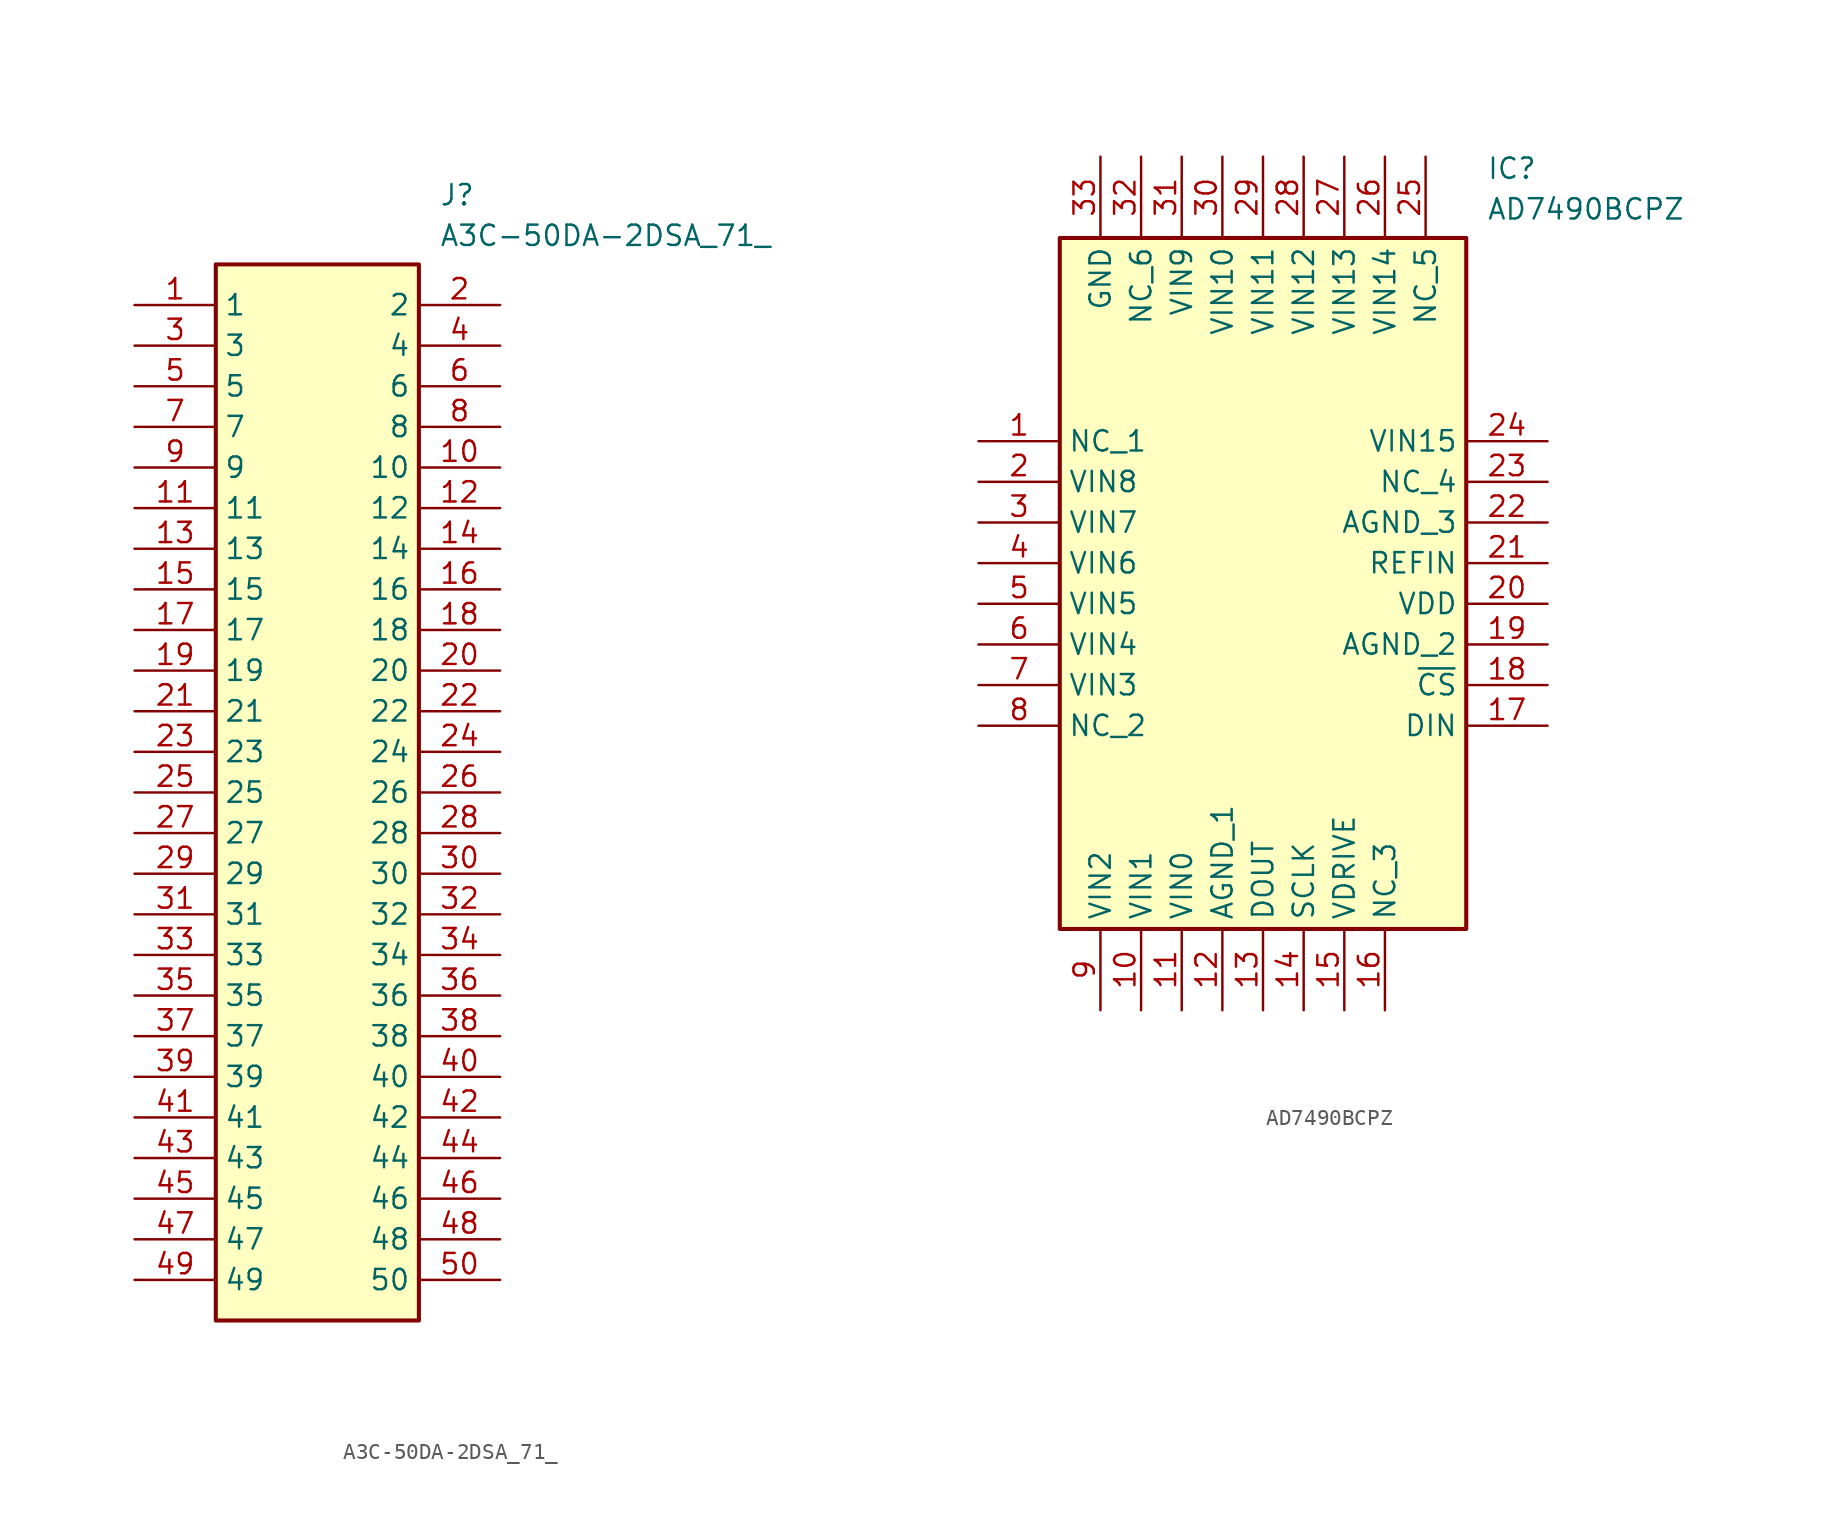
<source format=kicad_sym>
(kicad_symbol_lib
  (version 20220914)
  (generator kicad_symbol_editor)
  (symbol "A3C-50DA-2DSA_71_"
    (property "Reference" "J"
      (at 19.05 7.62 0)
      (effects (font (size 1.27 1.27)) (justify left top)))
    (property "Value" "A3C-50DA-2DSA_71_"
      (at 19.05 5.08 0)
      (effects (font (size 1.27 1.27)) (justify left top)))
    (symbol "A3C-50DA-2DSA_71__1_1"
      (rectangle (start 5.08 2.54) (end 17.78 -63.5) (stroke (width 0.254) (type default)) (fill (type background)))
      (pin passive line (at 0 0 0) (length 5.08) (name "1" (effects (font (size 1.27 1.27)))) (number "1" (effects (font (size 1.27 1.27)))))
      (pin passive line (at 22.86 -10.16 180) (length 5.08) (name "10" (effects (font (size 1.27 1.27)))) (number "10" (effects (font (size 1.27 1.27)))))
      (pin passive line (at 0 -12.7 0) (length 5.08) (name "11" (effects (font (size 1.27 1.27)))) (number "11" (effects (font (size 1.27 1.27)))))
      (pin passive line (at 22.86 -12.7 180) (length 5.08) (name "12" (effects (font (size 1.27 1.27)))) (number "12" (effects (font (size 1.27 1.27)))))
      (pin passive line (at 0 -15.24 0) (length 5.08) (name "13" (effects (font (size 1.27 1.27)))) (number "13" (effects (font (size 1.27 1.27)))))
      (pin passive line (at 22.86 -15.24 180) (length 5.08) (name "14" (effects (font (size 1.27 1.27)))) (number "14" (effects (font (size 1.27 1.27)))))
      (pin passive line (at 0 -17.78 0) (length 5.08) (name "15" (effects (font (size 1.27 1.27)))) (number "15" (effects (font (size 1.27 1.27)))))
      (pin passive line (at 22.86 -17.78 180) (length 5.08) (name "16" (effects (font (size 1.27 1.27)))) (number "16" (effects (font (size 1.27 1.27)))))
      (pin passive line (at 0 -20.32 0) (length 5.08) (name "17" (effects (font (size 1.27 1.27)))) (number "17" (effects (font (size 1.27 1.27)))))
      (pin passive line (at 22.86 -20.32 180) (length 5.08) (name "18" (effects (font (size 1.27 1.27)))) (number "18" (effects (font (size 1.27 1.27)))))
      (pin passive line (at 0 -22.86 0) (length 5.08) (name "19" (effects (font (size 1.27 1.27)))) (number "19" (effects (font (size 1.27 1.27)))))
      (pin passive line (at 22.86 0 180) (length 5.08) (name "2" (effects (font (size 1.27 1.27)))) (number "2" (effects (font (size 1.27 1.27)))))
      (pin passive line (at 22.86 -22.86 180) (length 5.08) (name "20" (effects (font (size 1.27 1.27)))) (number "20" (effects (font (size 1.27 1.27)))))
      (pin passive line (at 0 -25.4 0) (length 5.08) (name "21" (effects (font (size 1.27 1.27)))) (number "21" (effects (font (size 1.27 1.27)))))
      (pin passive line (at 22.86 -25.4 180) (length 5.08) (name "22" (effects (font (size 1.27 1.27)))) (number "22" (effects (font (size 1.27 1.27)))))
      (pin passive line (at 0 -27.94 0) (length 5.08) (name "23" (effects (font (size 1.27 1.27)))) (number "23" (effects (font (size 1.27 1.27)))))
      (pin passive line (at 22.86 -27.94 180) (length 5.08) (name "24" (effects (font (size 1.27 1.27)))) (number "24" (effects (font (size 1.27 1.27)))))
      (pin passive line (at 0 -30.48 0) (length 5.08) (name "25" (effects (font (size 1.27 1.27)))) (number "25" (effects (font (size 1.27 1.27)))))
      (pin passive line (at 22.86 -30.48 180) (length 5.08) (name "26" (effects (font (size 1.27 1.27)))) (number "26" (effects (font (size 1.27 1.27)))))
      (pin passive line (at 0 -33.02 0) (length 5.08) (name "27" (effects (font (size 1.27 1.27)))) (number "27" (effects (font (size 1.27 1.27)))))
      (pin passive line (at 22.86 -33.02 180) (length 5.08) (name "28" (effects (font (size 1.27 1.27)))) (number "28" (effects (font (size 1.27 1.27)))))
      (pin passive line (at 0 -35.56 0) (length 5.08) (name "29" (effects (font (size 1.27 1.27)))) (number "29" (effects (font (size 1.27 1.27)))))
      (pin passive line (at 0 -2.54 0) (length 5.08) (name "3" (effects (font (size 1.27 1.27)))) (number "3" (effects (font (size 1.27 1.27)))))
      (pin passive line (at 22.86 -35.56 180) (length 5.08) (name "30" (effects (font (size 1.27 1.27)))) (number "30" (effects (font (size 1.27 1.27)))))
      (pin passive line (at 0 -38.1 0) (length 5.08) (name "31" (effects (font (size 1.27 1.27)))) (number "31" (effects (font (size 1.27 1.27)))))
      (pin passive line (at 22.86 -38.1 180) (length 5.08) (name "32" (effects (font (size 1.27 1.27)))) (number "32" (effects (font (size 1.27 1.27)))))
      (pin passive line (at 0 -40.64 0) (length 5.08) (name "33" (effects (font (size 1.27 1.27)))) (number "33" (effects (font (size 1.27 1.27)))))
      (pin passive line (at 22.86 -40.64 180) (length 5.08) (name "34" (effects (font (size 1.27 1.27)))) (number "34" (effects (font (size 1.27 1.27)))))
      (pin passive line (at 0 -43.18 0) (length 5.08) (name "35" (effects (font (size 1.27 1.27)))) (number "35" (effects (font (size 1.27 1.27)))))
      (pin passive line (at 22.86 -43.18 180) (length 5.08) (name "36" (effects (font (size 1.27 1.27)))) (number "36" (effects (font (size 1.27 1.27)))))
      (pin passive line (at 0 -45.72 0) (length 5.08) (name "37" (effects (font (size 1.27 1.27)))) (number "37" (effects (font (size 1.27 1.27)))))
      (pin passive line (at 22.86 -45.72 180) (length 5.08) (name "38" (effects (font (size 1.27 1.27)))) (number "38" (effects (font (size 1.27 1.27)))))
      (pin passive line (at 0 -48.26 0) (length 5.08) (name "39" (effects (font (size 1.27 1.27)))) (number "39" (effects (font (size 1.27 1.27)))))
      (pin passive line (at 22.86 -2.54 180) (length 5.08) (name "4" (effects (font (size 1.27 1.27)))) (number "4" (effects (font (size 1.27 1.27)))))
      (pin passive line (at 22.86 -48.26 180) (length 5.08) (name "40" (effects (font (size 1.27 1.27)))) (number "40" (effects (font (size 1.27 1.27)))))
      (pin passive line (at 0 -50.8 0) (length 5.08) (name "41" (effects (font (size 1.27 1.27)))) (number "41" (effects (font (size 1.27 1.27)))))
      (pin passive line (at 22.86 -50.8 180) (length 5.08) (name "42" (effects (font (size 1.27 1.27)))) (number "42" (effects (font (size 1.27 1.27)))))
      (pin passive line (at 0 -53.34 0) (length 5.08) (name "43" (effects (font (size 1.27 1.27)))) (number "43" (effects (font (size 1.27 1.27)))))
      (pin passive line (at 22.86 -53.34 180) (length 5.08) (name "44" (effects (font (size 1.27 1.27)))) (number "44" (effects (font (size 1.27 1.27)))))
      (pin passive line (at 0 -55.88 0) (length 5.08) (name "45" (effects (font (size 1.27 1.27)))) (number "45" (effects (font (size 1.27 1.27)))))
      (pin passive line (at 22.86 -55.88 180) (length 5.08) (name "46" (effects (font (size 1.27 1.27)))) (number "46" (effects (font (size 1.27 1.27)))))
      (pin passive line (at 0 -58.42 0) (length 5.08) (name "47" (effects (font (size 1.27 1.27)))) (number "47" (effects (font (size 1.27 1.27)))))
      (pin passive line (at 22.86 -58.42 180) (length 5.08) (name "48" (effects (font (size 1.27 1.27)))) (number "48" (effects (font (size 1.27 1.27)))))
      (pin passive line (at 0 -60.96 0) (length 5.08) (name "49" (effects (font (size 1.27 1.27)))) (number "49" (effects (font (size 1.27 1.27)))))
      (pin passive line (at 0 -5.08 0) (length 5.08) (name "5" (effects (font (size 1.27 1.27)))) (number "5" (effects (font (size 1.27 1.27)))))
      (pin passive line (at 22.86 -60.96 180) (length 5.08) (name "50" (effects (font (size 1.27 1.27)))) (number "50" (effects (font (size 1.27 1.27)))))
      (pin passive line (at 22.86 -5.08 180) (length 5.08) (name "6" (effects (font (size 1.27 1.27)))) (number "6" (effects (font (size 1.27 1.27)))))
      (pin passive line (at 0 -7.62 0) (length 5.08) (name "7" (effects (font (size 1.27 1.27)))) (number "7" (effects (font (size 1.27 1.27)))))
      (pin passive line (at 22.86 -7.62 180) (length 5.08) (name "8" (effects (font (size 1.27 1.27)))) (number "8" (effects (font (size 1.27 1.27)))))
      (pin passive line (at 0 -10.16 0) (length 5.08) (name "9" (effects (font (size 1.27 1.27)))) (number "9" (effects (font (size 1.27 1.27)))))))
  (symbol "AD7490BCPZ"
    (property "Reference" "IC"
      (at 31.75 17.78 0)
      (effects (font (size 1.27 1.27)) (justify left top)))
    (property "Value" "AD7490BCPZ"
      (at 31.75 15.24 0)
      (effects (font (size 1.27 1.27)) (justify left top)))
    (symbol "AD7490BCPZ_1_1"
      (rectangle (start 5.08 12.7) (end 30.48 -30.48) (stroke (width 0.254) (type default)) (fill (type background)))
      (pin passive line (at 0 0 0) (length 5.08) (name "NC_1" (effects (font (size 1.27 1.27)))) (number "1" (effects (font (size 1.27 1.27)))))
      (pin passive line (at 10.16 -35.56 90) (length 5.08) (name "VIN1" (effects (font (size 1.27 1.27)))) (number "10" (effects (font (size 1.27 1.27)))))
      (pin passive line (at 12.7 -35.56 90) (length 5.08) (name "VIN0" (effects (font (size 1.27 1.27)))) (number "11" (effects (font (size 1.27 1.27)))))
      (pin passive line (at 15.24 -35.56 90) (length 5.08) (name "AGND_1" (effects (font (size 1.27 1.27)))) (number "12" (effects (font (size 1.27 1.27)))))
      (pin passive line (at 17.78 -35.56 90) (length 5.08) (name "DOUT" (effects (font (size 1.27 1.27)))) (number "13" (effects (font (size 1.27 1.27)))))
      (pin passive line (at 20.32 -35.56 90) (length 5.08) (name "SCLK" (effects (font (size 1.27 1.27)))) (number "14" (effects (font (size 1.27 1.27)))))
      (pin passive line (at 22.86 -35.56 90) (length 5.08) (name "VDRIVE" (effects (font (size 1.27 1.27)))) (number "15" (effects (font (size 1.27 1.27)))))
      (pin passive line (at 25.4 -35.56 90) (length 5.08) (name "NC_3" (effects (font (size 1.27 1.27)))) (number "16" (effects (font (size 1.27 1.27)))))
      (pin passive line (at 35.56 -17.78 180) (length 5.08) (name "DIN" (effects (font (size 1.27 1.27)))) (number "17" (effects (font (size 1.27 1.27)))))
      (pin passive line (at 35.56 -15.24 180) (length 5.08) (name "~{CS}" (effects (font (size 1.27 1.27)))) (number "18" (effects (font (size 1.27 1.27)))))
      (pin passive line (at 35.56 -12.7 180) (length 5.08) (name "AGND_2" (effects (font (size 1.27 1.27)))) (number "19" (effects (font (size 1.27 1.27)))))
      (pin passive line (at 0 -2.54 0) (length 5.08) (name "VIN8" (effects (font (size 1.27 1.27)))) (number "2" (effects (font (size 1.27 1.27)))))
      (pin passive line (at 35.56 -10.16 180) (length 5.08) (name "VDD" (effects (font (size 1.27 1.27)))) (number "20" (effects (font (size 1.27 1.27)))))
      (pin passive line (at 35.56 -7.62 180) (length 5.08) (name "REFIN" (effects (font (size 1.27 1.27)))) (number "21" (effects (font (size 1.27 1.27)))))
      (pin passive line (at 35.56 -5.08 180) (length 5.08) (name "AGND_3" (effects (font (size 1.27 1.27)))) (number "22" (effects (font (size 1.27 1.27)))))
      (pin passive line (at 35.56 -2.54 180) (length 5.08) (name "NC_4" (effects (font (size 1.27 1.27)))) (number "23" (effects (font (size 1.27 1.27)))))
      (pin passive line (at 35.56 0 180) (length 5.08) (name "VIN15" (effects (font (size 1.27 1.27)))) (number "24" (effects (font (size 1.27 1.27)))))
      (pin passive line (at 27.94 17.78 270) (length 5.08) (name "NC_5" (effects (font (size 1.27 1.27)))) (number "25" (effects (font (size 1.27 1.27)))))
      (pin passive line (at 25.4 17.78 270) (length 5.08) (name "VIN14" (effects (font (size 1.27 1.27)))) (number "26" (effects (font (size 1.27 1.27)))))
      (pin passive line (at 22.86 17.78 270) (length 5.08) (name "VIN13" (effects (font (size 1.27 1.27)))) (number "27" (effects (font (size 1.27 1.27)))))
      (pin passive line (at 20.32 17.78 270) (length 5.08) (name "VIN12" (effects (font (size 1.27 1.27)))) (number "28" (effects (font (size 1.27 1.27)))))
      (pin passive line (at 17.78 17.78 270) (length 5.08) (name "VIN11" (effects (font (size 1.27 1.27)))) (number "29" (effects (font (size 1.27 1.27)))))
      (pin passive line (at 0 -5.08 0) (length 5.08) (name "VIN7" (effects (font (size 1.27 1.27)))) (number "3" (effects (font (size 1.27 1.27)))))
      (pin passive line (at 15.24 17.78 270) (length 5.08) (name "VIN10" (effects (font (size 1.27 1.27)))) (number "30" (effects (font (size 1.27 1.27)))))
      (pin passive line (at 12.7 17.78 270) (length 5.08) (name "VIN9" (effects (font (size 1.27 1.27)))) (number "31" (effects (font (size 1.27 1.27)))))
      (pin passive line (at 10.16 17.78 270) (length 5.08) (name "NC_6" (effects (font (size 1.27 1.27)))) (number "32" (effects (font (size 1.27 1.27)))))
      (pin passive line (at 7.62 17.78 270) (length 5.08) (name "GND" (effects (font (size 1.27 1.27)))) (number "33" (effects (font (size 1.27 1.27)))))
      (pin passive line (at 0 -7.62 0) (length 5.08) (name "VIN6" (effects (font (size 1.27 1.27)))) (number "4" (effects (font (size 1.27 1.27)))))
      (pin passive line (at 0 -10.16 0) (length 5.08) (name "VIN5" (effects (font (size 1.27 1.27)))) (number "5" (effects (font (size 1.27 1.27)))))
      (pin passive line (at 0 -12.7 0) (length 5.08) (name "VIN4" (effects (font (size 1.27 1.27)))) (number "6" (effects (font (size 1.27 1.27)))))
      (pin passive line (at 0 -15.24 0) (length 5.08) (name "VIN3" (effects (font (size 1.27 1.27)))) (number "7" (effects (font (size 1.27 1.27)))))
      (pin passive line (at 0 -17.78 0) (length 5.08) (name "NC_2" (effects (font (size 1.27 1.27)))) (number "8" (effects (font (size 1.27 1.27)))))
      (pin passive line (at 7.62 -35.56 90) (length 5.08) (name "VIN2" (effects (font (size 1.27 1.27)))) (number "9" (effects (font (size 1.27 1.27))))))))
</source>
